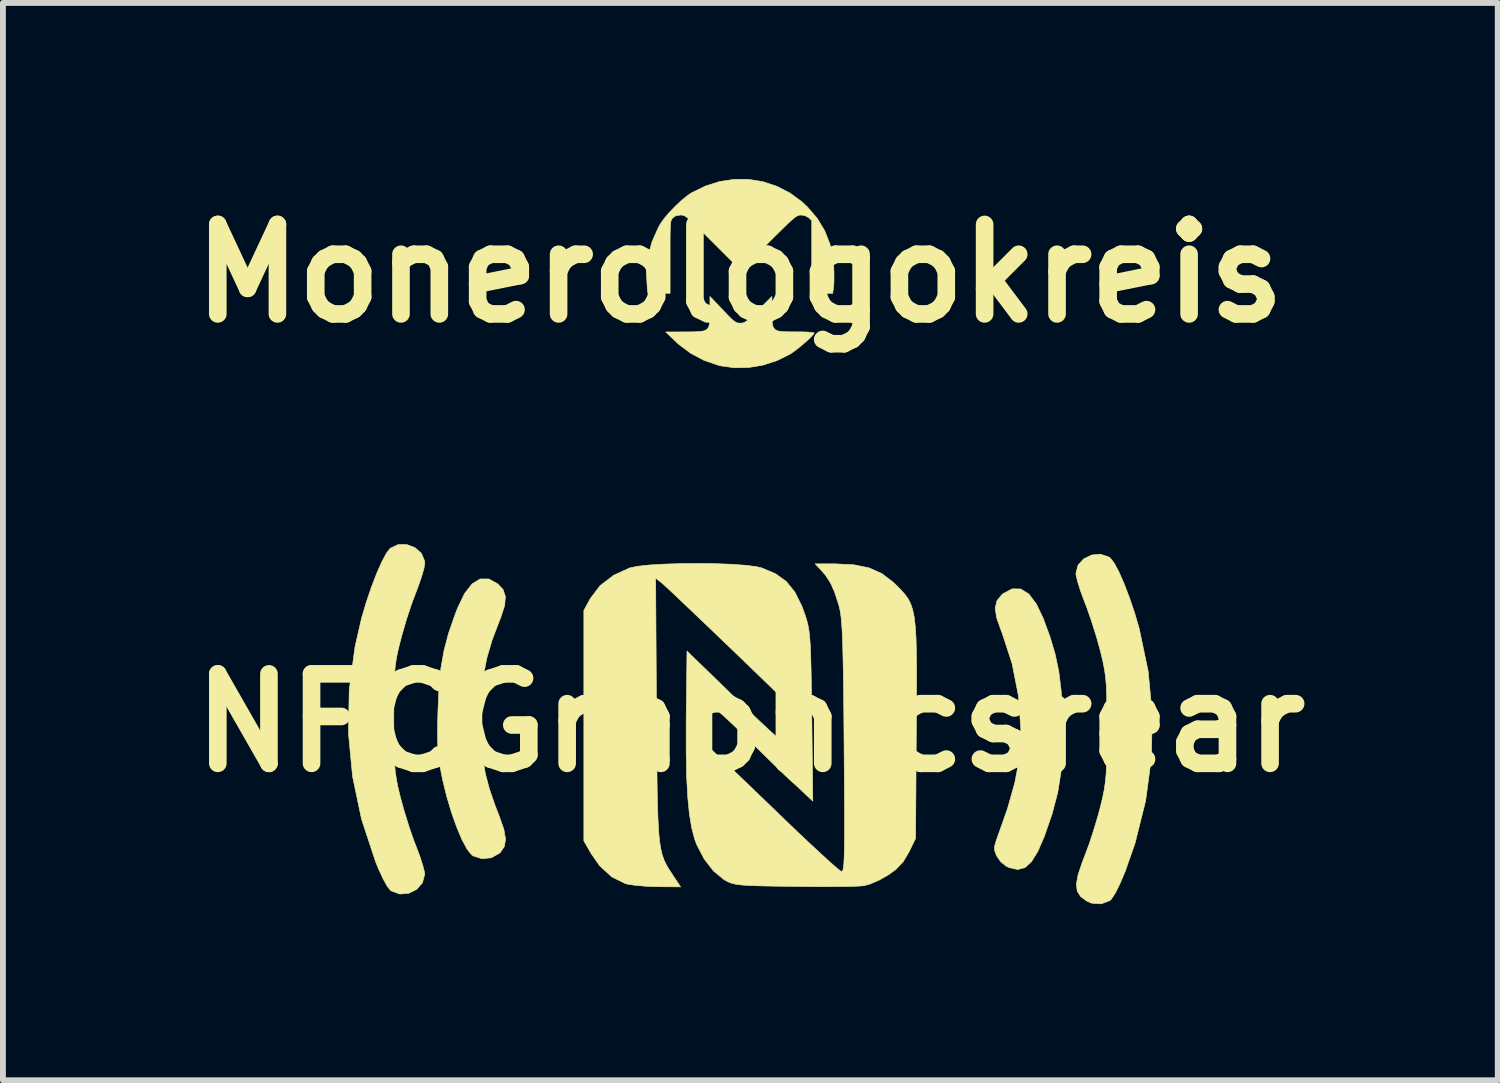
<source format=kicad_pcb>
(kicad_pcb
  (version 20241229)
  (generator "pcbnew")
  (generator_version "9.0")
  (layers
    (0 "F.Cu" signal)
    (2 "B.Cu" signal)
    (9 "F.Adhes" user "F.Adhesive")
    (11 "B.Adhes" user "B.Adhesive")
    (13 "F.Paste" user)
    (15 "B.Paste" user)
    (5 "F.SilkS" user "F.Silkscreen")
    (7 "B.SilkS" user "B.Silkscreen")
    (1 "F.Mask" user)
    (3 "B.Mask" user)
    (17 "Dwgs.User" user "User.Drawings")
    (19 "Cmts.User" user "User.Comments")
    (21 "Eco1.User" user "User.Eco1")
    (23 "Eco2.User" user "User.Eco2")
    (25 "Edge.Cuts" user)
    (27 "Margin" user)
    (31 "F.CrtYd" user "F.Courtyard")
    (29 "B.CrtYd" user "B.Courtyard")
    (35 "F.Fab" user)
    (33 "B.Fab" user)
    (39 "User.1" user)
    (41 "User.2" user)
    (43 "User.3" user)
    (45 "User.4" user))
  (footprint "Monerologokreis"
    (layer "F.Cu")
    (at 9.55 1.608)
    (property "Reference" "Monerologokreis" (at 0 0 0) (layer "F.SilkS") (effects (font (size 1.524 1.524) (thickness 0.3))))
    (attr through_hole)
    (fp_poly (pts (xy -0.29 0.619) (xy -0.206 0.708) (xy -0.144 0.77) (xy -0.098 0.81) (xy -0.063 0.833) (xy -0.032 0.844) (xy 0.001 0.847) (xy 0.01 0.847) (xy 0.045 0.845) (xy 0.076 0.836) (xy 0.111 0.816) (xy 0.155 0.781) (xy 0.215 0.725) (xy 0.297 0.645) (xy 0.322 0.619) (xy 0.55 0.392) (xy 0.55 0.648) (xy 0.551 0.767) (xy 0.556 0.856) (xy 0.572 0.918) (xy 0.604 0.958) (xy 0.657 0.981) (xy 0.738 0.992) (xy 0.851 0.995) (xy 0.959 0.995) (xy 1.069 0.996) (xy 1.162 0.999) (xy 1.23 1.005) (xy 1.266 1.011) (xy 1.27 1.014) (xy 1.254 1.04) (xy 1.212 1.085) (xy 1.152 1.142) (xy 1.079 1.206) (xy 1.003 1.269) (xy 0.93 1.325) (xy 0.868 1.368) (xy 0.86 1.373) (xy 0.638 1.484) (xy 0.401 1.561) (xy 0.157 1.602) (xy -0.087 1.607) (xy -0.323 1.574) (xy -0.36 1.565) (xy -0.606 1.481) (xy -0.835 1.359) (xy -1.041 1.205) (xy -1.084 1.164) (xy -1.259 0.997) (xy -0.93 0.996) (xy -0.786 0.995) (xy -0.68 0.99) (xy -0.605 0.978) (xy -0.555 0.952) (xy -0.526 0.909) (xy -0.512 0.845) (xy -0.508 0.753) (xy -0.507 0.644) (xy -0.506 0.392) (xy -0.29 0.619)) (stroke (width 0.01) (type solid)) (fill yes) (layer "F.SilkS"))
    (fp_poly (pts (xy 0.157 -1.602) (xy 0.4 -1.562) (xy 0.635 -1.484) (xy 0.858 -1.369) (xy 1.064 -1.217) (xy 1.154 -1.133) (xy 1.321 -0.939) (xy 1.448 -0.729) (xy 1.538 -0.5) (xy 1.59 -0.252) (xy 1.604 -0.091) (xy 1.607 0.016) (xy 1.607 0.118) (xy 1.603 0.202) (xy 1.599 0.242) (xy 1.585 0.339) (xy 1.228 0.339) (xy 1.228 -0.903) (xy 1.179 -0.949) (xy 1.109 -0.987) (xy 1.047 -0.995) (xy 1.022 -0.994) (xy 0.999 -0.988) (xy 0.972 -0.976) (xy 0.938 -0.952) (xy 0.894 -0.916) (xy 0.836 -0.863) (xy 0.76 -0.789) (xy 0.662 -0.694) (xy 0.54 -0.572) (xy 0.492 -0.524) (xy 0.021 -0.053) (xy -0.45 -0.524) (xy -0.581 -0.655) (xy -0.686 -0.759) (xy -0.769 -0.84) (xy -0.833 -0.899) (xy -0.881 -0.941) (xy -0.918 -0.969) (xy -0.947 -0.985) (xy -0.971 -0.992) (xy -0.995 -0.995) (xy -1.007 -0.995) (xy -1.083 -0.984) (xy -1.137 -0.949) (xy -1.139 -0.946) (xy -1.153 -0.931) (xy -1.163 -0.913) (xy -1.171 -0.888) (xy -1.177 -0.85) (xy -1.181 -0.796) (xy -1.183 -0.72) (xy -1.185 -0.616) (xy -1.185 -0.481) (xy -1.185 -0.31) (xy -1.185 -0.279) (xy -1.185 0.339) (xy -1.561 0.339) (xy -1.574 0.24) (xy -1.589 -0.021) (xy -1.562 -0.281) (xy -1.495 -0.534) (xy -1.387 -0.778) (xy -1.352 -0.842) (xy -1.288 -0.933) (xy -1.2 -1.037) (xy -1.096 -1.145) (xy -0.989 -1.245) (xy -0.887 -1.328) (xy -0.82 -1.373) (xy -0.583 -1.489) (xy -0.339 -1.566) (xy -0.091 -1.603) (xy 0.157 -1.602)) (stroke (width 0.01) (type solid)) (fill yes) (layer "F.SilkS")))
  (footprint "NFCGraphicsrear"
    (layer "F.Cu")
    (at 9.732 9.264)
    (property "Reference" "NFCGraphicsrear" (at 0 0 0) (layer "F.SilkS") (effects (font (size 1.524 1.524) (thickness 0.3))))
    (attr through_hole)
    (fp_poly (pts (xy 4.606 -2.281) (xy 4.744 -2.195) (xy 4.872 -2.026) (xy 4.989 -1.782) (xy 5.106 -1.462) (xy 5.193 -1.169) (xy 5.254 -0.877) (xy 5.293 -0.561) (xy 5.316 -0.195) (xy 5.321 -0.042) (xy 5.323 0.412) (xy 5.296 0.812) (xy 5.237 1.183) (xy 5.141 1.55) (xy 5.008 1.934) (xy 4.898 2.188) (xy 4.79 2.364) (xy 4.678 2.466) (xy 4.554 2.498) (xy 4.413 2.467) (xy 4.36 2.443) (xy 4.265 2.366) (xy 4.195 2.265) (xy 4.162 2.177) (xy 4.162 2.095) (xy 4.196 1.981) (xy 4.209 1.948) (xy 4.382 1.458) (xy 4.505 1.021) (xy 4.575 0.654) (xy 4.608 0.112) (xy 4.569 -0.449) (xy 4.46 -1.007) (xy 4.285 -1.543) (xy 4.27 -1.579) (xy 4.195 -1.793) (xy 4.171 -1.955) (xy 4.2 -2.079) (xy 4.283 -2.182) (xy 4.306 -2.201) (xy 4.46 -2.283) (xy 4.606 -2.281)) (stroke (width 0.01) (type solid)) (fill yes) (layer "F.SilkS"))
    (fp_poly (pts (xy -4.455 -2.451) (xy -4.306 -2.37) (xy -4.212 -2.271) (xy -4.173 -2.153) (xy -4.185 -2.001) (xy -4.25 -1.799) (xy -4.271 -1.747) (xy -4.4 -1.408) (xy -4.491 -1.097) (xy -4.549 -0.787) (xy -4.579 -0.451) (xy -4.588 -0.059) (xy -4.588 -0.042) (xy -4.58 0.306) (xy -4.558 0.598) (xy -4.515 0.86) (xy -4.447 1.12) (xy -4.349 1.405) (xy -4.276 1.593) (xy -4.199 1.814) (xy -4.17 1.98) (xy -4.19 2.106) (xy -4.258 2.206) (xy -4.273 2.22) (xy -4.413 2.298) (xy -4.573 2.314) (xy -4.719 2.268) (xy -4.746 2.249) (xy -4.823 2.155) (xy -4.911 1.992) (xy -5.002 1.776) (xy -5.092 1.523) (xy -5.174 1.247) (xy -5.243 0.964) (xy -5.251 0.926) (xy -5.287 0.741) (xy -5.31 0.575) (xy -5.324 0.406) (xy -5.329 0.21) (xy -5.326 -0.033) (xy -5.321 -0.212) (xy -5.303 -0.602) (xy -5.271 -0.934) (xy -5.218 -1.232) (xy -5.142 -1.522) (xy -5.036 -1.828) (xy -4.989 -1.951) (xy -4.869 -2.202) (xy -4.739 -2.369) (xy -4.602 -2.452) (xy -4.455 -2.451)) (stroke (width 0.01) (type solid)) (fill yes) (layer "F.SilkS"))
    (fp_poly (pts (xy 6.1 -2.829) (xy 6.134 -2.805) (xy 6.2 -2.719) (xy 6.281 -2.567) (xy 6.37 -2.363) (xy 6.462 -2.123) (xy 6.55 -1.861) (xy 6.624 -1.608) (xy 6.777 -0.877) (xy 6.846 -0.142) (xy 6.832 0.594) (xy 6.734 1.326) (xy 6.553 2.052) (xy 6.386 2.529) (xy 6.301 2.731) (xy 6.221 2.893) (xy 6.153 2.999) (xy 6.126 3.027) (xy 5.978 3.083) (xy 5.815 3.072) (xy 5.736 3.039) (xy 5.63 2.962) (xy 5.569 2.87) (xy 5.554 2.749) (xy 5.583 2.588) (xy 5.655 2.372) (xy 5.695 2.27) (xy 5.774 2.058) (xy 5.856 1.806) (xy 5.931 1.553) (xy 5.959 1.446) (xy 5.998 1.287) (xy 6.027 1.148) (xy 6.047 1.012) (xy 6.061 0.862) (xy 6.068 0.681) (xy 6.072 0.453) (xy 6.074 0.159) (xy 6.074 0.106) (xy 6.073 -0.198) (xy 6.071 -0.435) (xy 6.064 -0.621) (xy 6.052 -0.773) (xy 6.033 -0.908) (xy 6.007 -1.043) (xy 5.97 -1.195) (xy 5.96 -1.235) (xy 5.894 -1.473) (xy 5.813 -1.73) (xy 5.731 -1.966) (xy 5.695 -2.058) (xy 5.629 -2.235) (xy 5.578 -2.396) (xy 5.549 -2.516) (xy 5.546 -2.55) (xy 5.583 -2.688) (xy 5.679 -2.794) (xy 5.813 -2.859) (xy 5.961 -2.874) (xy 6.1 -2.829)) (stroke (width 0.01) (type solid)) (fill yes) (layer "F.SilkS"))
    (fp_poly (pts (xy -5.713 -2.985) (xy -5.604 -2.889) (xy -5.549 -2.759) (xy -5.546 -2.72) (xy -5.561 -2.627) (xy -5.603 -2.482) (xy -5.663 -2.31) (xy -5.695 -2.227) (xy -5.774 -2.016) (xy -5.857 -1.764) (xy -5.931 -1.511) (xy -5.96 -1.404) (xy -5.999 -1.246) (xy -6.028 -1.108) (xy -6.048 -0.975) (xy -6.062 -0.828) (xy -6.069 -0.652) (xy -6.073 -0.429) (xy -6.074 -0.142) (xy -6.074 -0.064) (xy -6.073 0.242) (xy -6.069 0.48) (xy -6.062 0.667) (xy -6.05 0.82) (xy -6.03 0.957) (xy -6.003 1.095) (xy -5.966 1.25) (xy -5.959 1.277) (xy -5.893 1.515) (xy -5.813 1.773) (xy -5.731 2.009) (xy -5.695 2.1) (xy -5.629 2.276) (xy -5.579 2.433) (xy -5.55 2.547) (xy -5.547 2.58) (xy -5.586 2.725) (xy -5.685 2.837) (xy -5.821 2.904) (xy -5.972 2.916) (xy -6.118 2.862) (xy -6.126 2.857) (xy -6.183 2.788) (xy -6.257 2.654) (xy -6.341 2.471) (xy -6.386 2.36) (xy -6.623 1.641) (xy -6.776 0.912) (xy -6.846 0.178) (xy -6.833 -0.558) (xy -6.735 -1.293) (xy -6.624 -1.778) (xy -6.545 -2.046) (xy -6.457 -2.307) (xy -6.365 -2.546) (xy -6.276 -2.747) (xy -6.196 -2.896) (xy -6.134 -2.974) (xy -6 -3.037) (xy -5.852 -3.038) (xy -5.713 -2.985)) (stroke (width 0.01) (type solid)) (fill yes) (layer "F.SilkS"))
    (fp_poly (pts (xy -0.601 -2.712) (xy -0.326 -2.702) (xy -0.086 -2.685) (xy 0.099 -2.662) (xy 0.194 -2.64) (xy 0.43 -2.54) (xy 0.613 -2.408) (xy 0.758 -2.229) (xy 0.878 -1.988) (xy 0.939 -1.82) (xy 0.963 -1.74) (xy 0.983 -1.659) (xy 0.999 -1.567) (xy 1.012 -1.452) (xy 1.022 -1.307) (xy 1.029 -1.119) (xy 1.035 -0.88) (xy 1.041 -0.578) (xy 1.046 -0.204) (xy 1.047 -0.106) (xy 1.064 1.333) (xy 0.884 1.164) (xy 0.777 1.064) (xy 0.69 0.985) (xy 0.653 0.953) (xy 0.609 0.911) (xy 0.514 0.82) (xy 0.378 0.687) (xy 0.212 0.524) (xy 0.024 0.339) (xy -0.037 0.278) (xy -0.228 0.093) (xy -0.399 -0.068) (xy -0.541 -0.196) (xy -0.645 -0.283) (xy -0.702 -0.321) (xy -0.709 -0.321) (xy -0.724 -0.267) (xy -0.735 -0.15) (xy -0.741 0.006) (xy -0.741 0.048) (xy -0.741 0.385) (xy -0.529 0.581) (xy -0.444 0.661) (xy -0.307 0.79) (xy -0.13 0.959) (xy 0.078 1.159) (xy 0.307 1.379) (xy 0.546 1.61) (xy 0.586 1.648) (xy 0.816 1.869) (xy 1.03 2.07) (xy 1.217 2.244) (xy 1.371 2.384) (xy 1.483 2.481) (xy 1.545 2.53) (xy 1.552 2.533) (xy 1.566 2.529) (xy 1.578 2.503) (xy 1.588 2.451) (xy 1.595 2.365) (xy 1.6 2.239) (xy 1.603 2.066) (xy 1.605 1.84) (xy 1.605 1.554) (xy 1.603 1.201) (xy 1.6 0.775) (xy 1.597 0.395) (xy 1.593 -0.097) (xy 1.589 -0.512) (xy 1.584 -0.857) (xy 1.578 -1.141) (xy 1.572 -1.371) (xy 1.565 -1.553) (xy 1.555 -1.697) (xy 1.545 -1.809) (xy 1.532 -1.898) (xy 1.516 -1.97) (xy 1.506 -2.01) (xy 1.436 -2.226) (xy 1.365 -2.386) (xy 1.28 -2.515) (xy 1.213 -2.593) (xy 1.105 -2.709) (xy 1.445 -2.709) (xy 1.764 -2.693) (xy 2.021 -2.641) (xy 2.237 -2.545) (xy 2.429 -2.4) (xy 2.478 -2.353) (xy 2.56 -2.271) (xy 2.628 -2.195) (xy 2.685 -2.118) (xy 2.73 -2.032) (xy 2.765 -1.928) (xy 2.792 -1.8) (xy 2.81 -1.637) (xy 2.823 -1.434) (xy 2.829 -1.181) (xy 2.832 -0.87) (xy 2.831 -0.493) (xy 2.829 -0.043) (xy 2.827 0.132) (xy 2.815 1.968) (xy 2.701 2.202) (xy 2.604 2.366) (xy 2.482 2.494) (xy 2.349 2.591) (xy 2.195 2.678) (xy 2.038 2.746) (xy 1.934 2.774) (xy 1.842 2.781) (xy 1.679 2.786) (xy 1.461 2.789) (xy 1.201 2.79) (xy 0.914 2.788) (xy 0.741 2.786) (xy 0.421 2.782) (xy 0.174 2.777) (xy -0.011 2.771) (xy -0.148 2.762) (xy -0.246 2.75) (xy -0.319 2.732) (xy -0.378 2.709) (xy -0.435 2.678) (xy -0.45 2.669) (xy -0.627 2.524) (xy -0.787 2.317) (xy -0.914 2.073) (xy -0.949 1.979) (xy -0.999 1.789) (xy -1.038 1.554) (xy -1.066 1.266) (xy -1.085 0.917) (xy -1.093 0.5) (xy -1.093 0.008) (xy -1.092 -0.114) (xy -1.079 -1.223) (xy -0.233 -0.402) (xy -0.011 -0.189) (xy 0.192 0.003) (xy 0.368 0.166) (xy 0.509 0.292) (xy 0.607 0.375) (xy 0.654 0.407) (xy 0.656 0.407) (xy 0.684 0.36) (xy 0.702 0.254) (xy 0.711 0.113) (xy 0.711 -0.039) (xy 0.701 -0.176) (xy 0.68 -0.274) (xy 0.664 -0.302) (xy 0.503 -0.46) (xy 0.311 -0.647) (xy 0.094 -0.857) (xy -0.137 -1.08) (xy -0.375 -1.309) (xy -0.611 -1.535) (xy -0.836 -1.75) (xy -1.041 -1.946) (xy -1.219 -2.115) (xy -1.361 -2.249) (xy -1.458 -2.339) (xy -1.499 -2.376) (xy -1.613 -2.465) (xy -1.599 -0.227) (xy -1.596 0.286) (xy -1.592 0.722) (xy -1.588 1.089) (xy -1.582 1.394) (xy -1.573 1.644) (xy -1.562 1.847) (xy -1.547 2.01) (xy -1.526 2.142) (xy -1.501 2.249) (xy -1.469 2.339) (xy -1.43 2.42) (xy -1.383 2.499) (xy -1.328 2.583) (xy -1.308 2.614) (xy -1.188 2.794) (xy -1.578 2.791) (xy -1.773 2.784) (xy -1.956 2.768) (xy -2.094 2.747) (xy -2.128 2.738) (xy -2.361 2.623) (xy -2.567 2.434) (xy -2.709 2.231) (xy -2.836 2.011) (xy -2.836 0.048) (xy -2.836 -1.915) (xy -2.726 -2.118) (xy -2.56 -2.337) (xy -2.328 -2.515) (xy -2.056 -2.639) (xy -1.924 -2.667) (xy -1.725 -2.689) (xy -1.475 -2.704) (xy -1.194 -2.713) (xy -0.896 -2.716) (xy -0.601 -2.712)) (stroke (width 0.01) (type solid)) (fill yes) (layer "F.SilkS")))
  (gr_rect
    (start -3 -3)
    (end 22.464 15.352)
    (stroke (width 0.1) (type default))
    (fill no)
    (layer "Edge.Cuts")))
</source>
